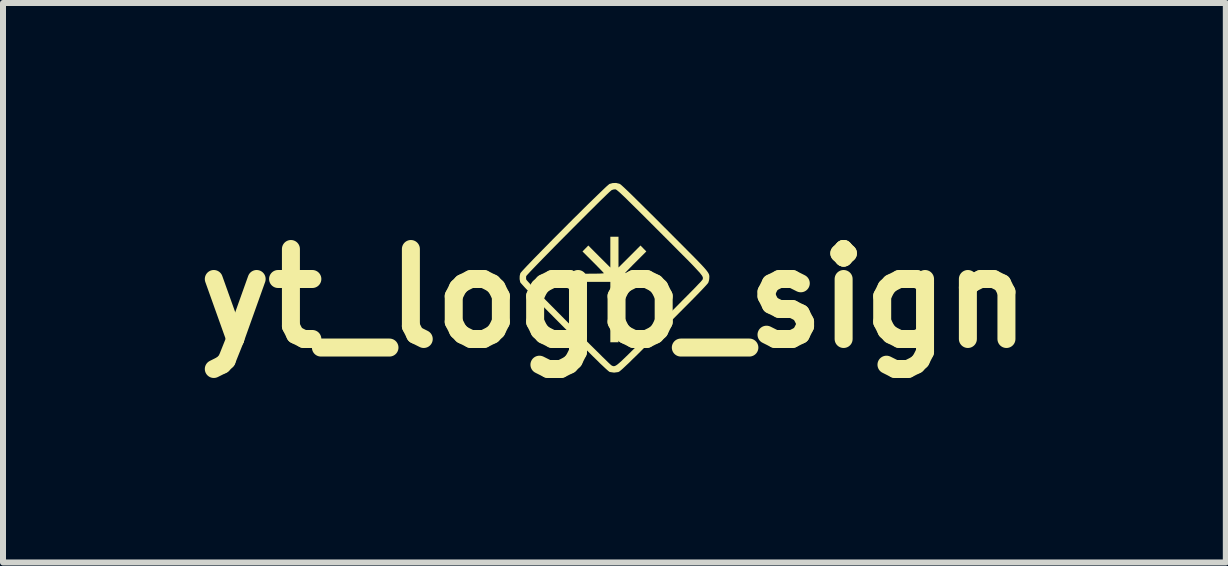
<source format=kicad_pcb>
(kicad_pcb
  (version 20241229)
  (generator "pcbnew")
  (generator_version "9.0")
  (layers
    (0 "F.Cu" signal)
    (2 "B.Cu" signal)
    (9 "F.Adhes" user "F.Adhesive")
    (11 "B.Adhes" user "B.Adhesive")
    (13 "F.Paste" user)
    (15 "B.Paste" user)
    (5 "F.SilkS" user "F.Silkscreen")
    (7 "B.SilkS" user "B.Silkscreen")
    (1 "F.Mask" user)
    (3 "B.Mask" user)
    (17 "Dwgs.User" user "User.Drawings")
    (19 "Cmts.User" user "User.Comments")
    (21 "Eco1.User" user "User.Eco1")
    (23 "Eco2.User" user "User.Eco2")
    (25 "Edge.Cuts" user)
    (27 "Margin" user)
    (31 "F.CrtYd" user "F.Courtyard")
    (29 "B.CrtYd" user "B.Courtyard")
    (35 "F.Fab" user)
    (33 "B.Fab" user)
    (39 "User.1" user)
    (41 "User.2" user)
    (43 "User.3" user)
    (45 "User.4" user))
  (footprint "yt_logo_sign"
    (layer "F.Cu")
    (at 7.193 1.923)
    (property "Reference" "yt_logo_sign" (at 0 0 0) (layer "F.SilkS") (effects (font (size 1.5 1.5) (thickness 0.3))))
    (attr board_only exclude_from_pos_files exclude_from_bom)
    (fp_poly (pts (xy 0.068 -0.769) (xy 0.068 -0.513) (xy 0.252 -0.696) (xy 0.435 -0.88) (xy 0.484 -0.83) (xy 0.532 -0.781) (xy 0.354 -0.603) (xy 0.306 -0.555) (xy 0.263 -0.511) (xy 0.226 -0.473) (xy 0.198 -0.444) (xy 0.181 -0.425) (xy 0.176 -0.418) (xy 0.185 -0.416) (xy 0.212 -0.414) (xy 0.252 -0.412) (xy 0.305 -0.411) (xy 0.367 -0.411) (xy 0.43 -0.41) (xy 0.684 -0.41) (xy 0.684 -0.342) (xy 0.684 -0.274) (xy 0.376 -0.274) (xy 0.068 -0.274) (xy 0.068 0.23) (xy 0.068 0.733) (xy 0 0.733) (xy -0.068 0.733) (xy -0.068 0.23) (xy -0.068 -0.274) (xy -0.376 -0.274) (xy -0.684 -0.274) (xy -0.684 -0.342) (xy -0.684 -0.41) (xy -0.43 -0.41) (xy -0.362 -0.411) (xy -0.3 -0.411) (xy -0.249 -0.412) (xy -0.209 -0.414) (xy -0.184 -0.416) (xy -0.176 -0.418) (xy -0.182 -0.426) (xy -0.201 -0.447) (xy -0.23 -0.477) (xy -0.267 -0.515) (xy -0.311 -0.56) (xy -0.354 -0.603) (xy -0.532 -0.781) (xy -0.484 -0.83) (xy -0.435 -0.88) (xy -0.252 -0.696) (xy -0.068 -0.513) (xy -0.068 -0.769) (xy -0.068 -1.026) (xy 0 -1.026) (xy 0.068 -1.026)) (stroke (width 0) (type solid)) (fill yes) (layer "F.SilkS"))
    (fp_poly (pts (xy 0.082 -1.91) (xy 0.092 -1.905) (xy 0.107 -1.895) (xy 0.134 -1.871) (xy 0.175 -1.833) (xy 0.229 -1.782) (xy 0.296 -1.717) (xy 0.376 -1.638) (xy 0.47 -1.545) (xy 0.577 -1.439) (xy 0.698 -1.319) (xy 0.832 -1.184) (xy 0.847 -1.17) (xy 0.963 -1.053) (xy 1.067 -0.949) (xy 1.158 -0.858) (xy 1.238 -0.777) (xy 1.308 -0.707) (xy 1.367 -0.647) (xy 1.417 -0.595) (xy 1.459 -0.551) (xy 1.493 -0.514) (xy 1.52 -0.483) (xy 1.541 -0.457) (xy 1.557 -0.435) (xy 1.568 -0.417) (xy 1.576 -0.401) (xy 1.58 -0.387) (xy 1.582 -0.374) (xy 1.583 -0.361) (xy 1.582 -0.347) (xy 1.582 -0.337) (xy 1.578 -0.302) (xy 1.567 -0.265) (xy 1.564 -0.259) (xy 1.554 -0.245) (xy 1.532 -0.22) (xy 1.498 -0.183) (xy 1.452 -0.134) (xy 1.392 -0.072) (xy 1.32 0.002) (xy 1.234 0.089) (xy 1.135 0.188) (xy 1.023 0.301) (xy 0.897 0.428) (xy 0.824 0.5) (xy 0.706 0.617) (xy 0.602 0.721) (xy 0.509 0.813) (xy 0.428 0.894) (xy 0.358 0.963) (xy 0.297 1.022) (xy 0.246 1.073) (xy 0.202 1.114) (xy 0.166 1.148) (xy 0.137 1.175) (xy 0.114 1.195) (xy 0.096 1.21) (xy 0.082 1.221) (xy 0.071 1.227) (xy 0.064 1.23) (xy -0.006 1.239) (xy -0.074 1.229) (xy -0.078 1.228) (xy -0.087 1.223) (xy -0.102 1.211) (xy -0.124 1.192) (xy -0.154 1.165) (xy -0.191 1.13) (xy -0.238 1.086) (xy -0.293 1.031) (xy -0.359 0.967) (xy -0.435 0.891) (xy -0.523 0.804) (xy -0.622 0.705) (xy -0.734 0.592) (xy -0.835 0.491) (xy -0.967 0.358) (xy -1.086 0.238) (xy -1.193 0.13) (xy -1.286 0.035) (xy -1.367 -0.048) (xy -1.434 -0.117) (xy -1.488 -0.174) (xy -1.528 -0.218) (xy -1.555 -0.248) (xy -1.568 -0.264) (xy -1.57 -0.267) (xy -1.58 -0.318) (xy -1.58 -0.338) (xy -1.473 -0.338) (xy -1.471 -0.315) (xy -1.463 -0.303) (xy -1.442 -0.279) (xy -1.409 -0.243) (xy -1.362 -0.193) (xy -1.302 -0.13) (xy -1.228 -0.055) (xy -1.141 0.034) (xy -1.04 0.136) (xy -0.926 0.251) (xy -0.798 0.38) (xy -0.774 0.404) (xy -0.677 0.501) (xy -0.583 0.595) (xy -0.494 0.683) (xy -0.41 0.767) (xy -0.333 0.843) (xy -0.263 0.912) (xy -0.202 0.973) (xy -0.149 1.024) (xy -0.108 1.065) (xy -0.077 1.094) (xy -0.058 1.111) (xy -0.054 1.115) (xy -0.039 1.124) (xy -0.024 1.13) (xy -0.01 1.132) (xy 0.007 1.129) (xy 0.026 1.12) (xy 0.051 1.103) (xy 0.081 1.078) (xy 0.119 1.044) (xy 0.165 1) (xy 0.222 0.945) (xy 0.291 0.877) (xy 0.332 0.837) (xy 0.469 0.702) (xy 0.599 0.572) (xy 0.723 0.449) (xy 0.839 0.333) (xy 0.948 0.224) (xy 1.048 0.124) (xy 1.138 0.032) (xy 1.22 -0.05) (xy 1.291 -0.122) (xy 1.351 -0.183) (xy 1.399 -0.234) (xy 1.436 -0.272) (xy 1.459 -0.299) (xy 1.47 -0.312) (xy 1.47 -0.313) (xy 1.473 -0.322) (xy 1.475 -0.331) (xy 1.475 -0.341) (xy 1.473 -0.352) (xy 1.467 -0.365) (xy 1.458 -0.381) (xy 1.443 -0.4) (xy 1.424 -0.425) (xy 1.397 -0.454) (xy 1.364 -0.49) (xy 1.323 -0.534) (xy 1.274 -0.585) (xy 1.215 -0.645) (xy 1.146 -0.714) (xy 1.066 -0.794) (xy 0.975 -0.886) (xy 0.872 -0.989) (xy 0.755 -1.106) (xy 0.755 -1.106) (xy 0.639 -1.222) (xy 0.537 -1.324) (xy 0.447 -1.414) (xy 0.368 -1.492) (xy 0.3 -1.559) (xy 0.241 -1.617) (xy 0.192 -1.666) (xy 0.15 -1.706) (xy 0.116 -1.738) (xy 0.088 -1.764) (xy 0.066 -1.783) (xy 0.049 -1.797) (xy 0.036 -1.807) (xy 0.026 -1.813) (xy 0.018 -1.816) (xy 0.012 -1.817) (xy 0.012 -1.817) (xy -0.02 -1.813) (xy -0.047 -1.803) (xy -0.059 -1.793) (xy -0.084 -1.771) (xy -0.12 -1.737) (xy -0.166 -1.692) (xy -0.221 -1.639) (xy -0.284 -1.577) (xy -0.353 -1.508) (xy -0.428 -1.434) (xy -0.508 -1.354) (xy -0.591 -1.271) (xy -0.676 -1.186) (xy -0.762 -1.099) (xy -0.848 -1.013) (xy -0.933 -0.927) (xy -1.016 -0.843) (xy -1.095 -0.762) (xy -1.17 -0.686) (xy -1.239 -0.615) (xy -1.301 -0.551) (xy -1.355 -0.495) (xy -1.4 -0.448) (xy -1.435 -0.41) (xy -1.459 -0.384) (xy -1.47 -0.37) (xy -1.471 -0.369) (xy -1.473 -0.338) (xy -1.58 -0.338) (xy -1.579 -0.373) (xy -1.568 -0.418) (xy -1.558 -0.431) (xy -1.536 -0.456) (xy -1.502 -0.493) (xy -1.458 -0.54) (xy -1.404 -0.596) (xy -1.342 -0.661) (xy -1.272 -0.732) (xy -1.197 -0.809) (xy -1.117 -0.89) (xy -1.033 -0.976) (xy -0.946 -1.063) (xy -0.857 -1.152) (xy -0.769 -1.241) (xy -0.681 -1.329) (xy -0.594 -1.414) (xy -0.511 -1.497) (xy -0.432 -1.575) (xy -0.358 -1.647) (xy -0.29 -1.713) (xy -0.23 -1.771) (xy -0.179 -1.82) (xy -0.137 -1.86) (xy -0.106 -1.887) (xy -0.087 -1.903) (xy -0.083 -1.906) (xy -0.03 -1.921) (xy 0.028 -1.923)) (stroke (width 0) (type solid)) (fill yes) (layer "F.SilkS")))
  (gr_rect
    (start -3 -3)
    (end 17.386 6.327)
    (stroke (width 0.1) (type default))
    (fill no)
    (layer "Edge.Cuts")))
</source>
